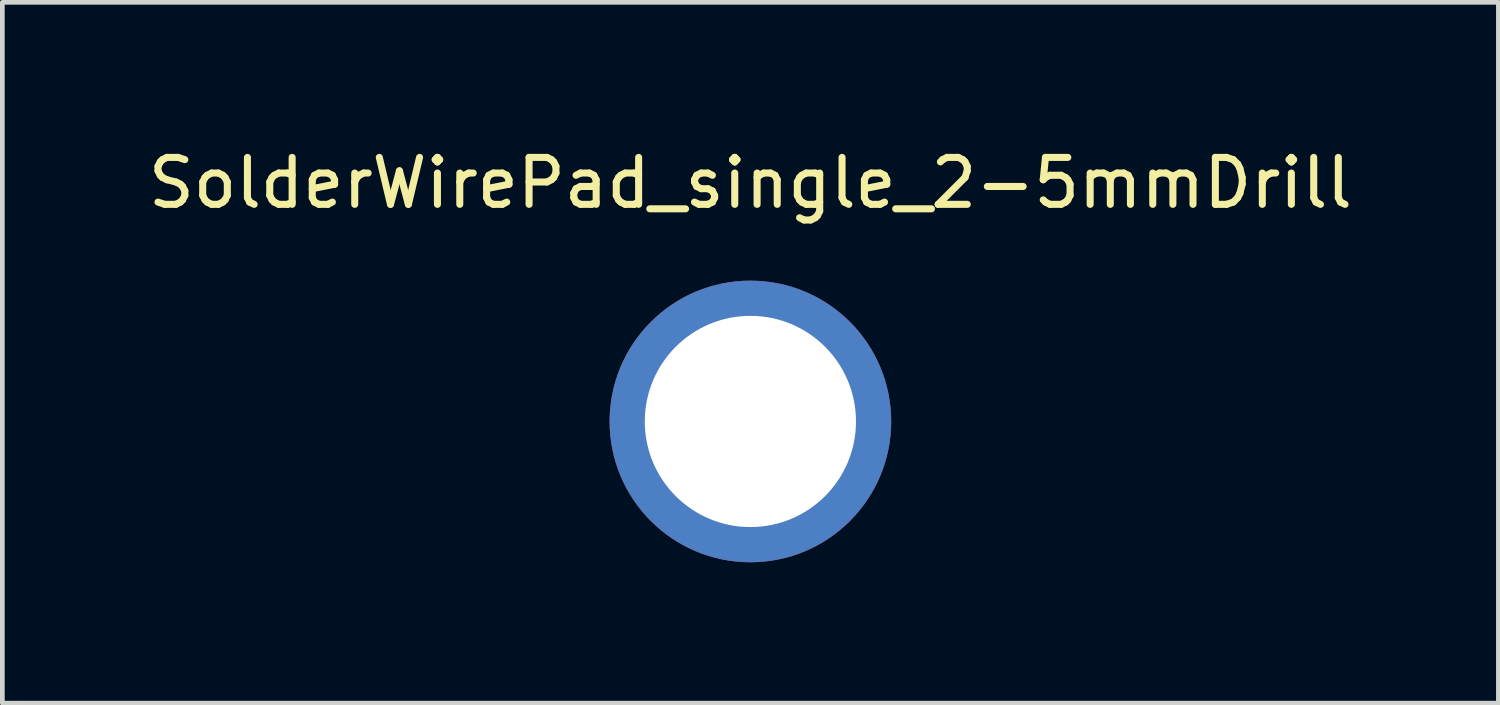
<source format=kicad_pcb>
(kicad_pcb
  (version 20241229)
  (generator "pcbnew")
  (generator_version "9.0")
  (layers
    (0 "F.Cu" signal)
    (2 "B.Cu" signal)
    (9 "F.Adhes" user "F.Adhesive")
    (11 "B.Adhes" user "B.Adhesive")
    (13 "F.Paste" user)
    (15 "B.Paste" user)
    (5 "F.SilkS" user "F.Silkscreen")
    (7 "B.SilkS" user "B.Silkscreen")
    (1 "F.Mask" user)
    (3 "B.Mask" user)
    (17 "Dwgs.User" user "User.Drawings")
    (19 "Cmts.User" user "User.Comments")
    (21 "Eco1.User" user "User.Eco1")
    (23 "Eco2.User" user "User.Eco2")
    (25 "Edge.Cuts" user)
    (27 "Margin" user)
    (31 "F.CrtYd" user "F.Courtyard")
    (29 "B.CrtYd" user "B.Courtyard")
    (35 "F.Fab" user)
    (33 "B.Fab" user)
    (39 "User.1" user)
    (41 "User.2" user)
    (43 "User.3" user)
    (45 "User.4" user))
  (footprint "SolderWirePad_single_2-5mmDrill"
    (layer "F.Cu")
    (at 12.935 5.928)
    (property "Reference" "SolderWirePad_single_2-5mmDrill" (at 0 -5.08 0) (layer "F.SilkS") (effects (font (size 1 1) (thickness 0.15))))
    (attr through_hole)
    (pad "1" thru_hole circle (at 0 0) (size 5.999 5.999) (drill 4.499) (layers "*.Cu" "*.Mask")))
  (gr_rect
    (start -3 -3)
    (end 28.869 11.928)
    (stroke (width 0.1) (type default))
    (fill no)
    (layer "Edge.Cuts")))
</source>
